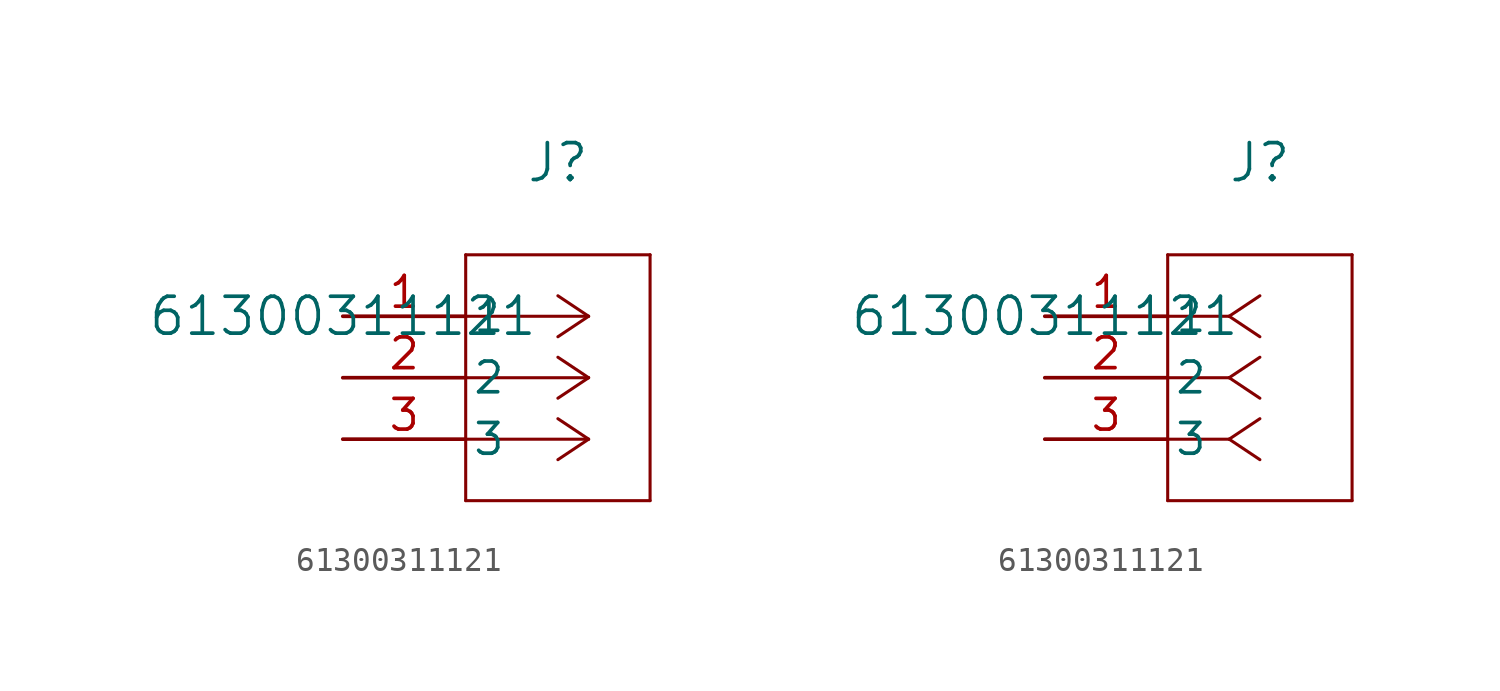
<source format=kicad_sym>
(kicad_symbol_lib
  (version 20211014)
  (generator kicad_symbol_editor)
  (symbol "61300311121"
    (pin_names
      (offset 0.254))
    (property "Reference" "J"
      (at 8.89 6.35 0)
      (effects (font (size 1.524 1.524))))
    (property "Value" "61300311121"
      (at 0 0 0)
      (effects (font (size 1.524 1.524))))
    (symbol "61300311121_1_1"
      (polyline (pts (xy 10.16 0) (xy 5.08 0)) (stroke (width 0.127) (type default) (color 0 0 0 0)) (fill (type none)))
      (polyline (pts (xy 10.16 -2.54) (xy 5.08 -2.54)) (stroke (width 0.127) (type default) (color 0 0 0 0)) (fill (type none)))
      (polyline (pts (xy 10.16 -5.08) (xy 5.08 -5.08)) (stroke (width 0.127) (type default) (color 0 0 0 0)) (fill (type none)))
      (polyline (pts (xy 10.16 0) (xy 8.89 0.847)) (stroke (width 0.127) (type default) (color 0 0 0 0)) (fill (type none)))
      (polyline (pts (xy 10.16 -2.54) (xy 8.89 -1.693)) (stroke (width 0.127) (type default) (color 0 0 0 0)) (fill (type none)))
      (polyline (pts (xy 10.16 -5.08) (xy 8.89 -4.233)) (stroke (width 0.127) (type default) (color 0 0 0 0)) (fill (type none)))
      (polyline (pts (xy 10.16 0) (xy 8.89 -0.847)) (stroke (width 0.127) (type default) (color 0 0 0 0)) (fill (type none)))
      (polyline (pts (xy 10.16 -2.54) (xy 8.89 -3.387)) (stroke (width 0.127) (type default) (color 0 0 0 0)) (fill (type none)))
      (polyline (pts (xy 10.16 -5.08) (xy 8.89 -5.927)) (stroke (width 0.127) (type default) (color 0 0 0 0)) (fill (type none)))
      (polyline (pts (xy 5.08 2.54) (xy 5.08 -7.62)) (stroke (width 0.127) (type default) (color 0 0 0 0)) (fill (type none)))
      (polyline (pts (xy 5.08 -7.62) (xy 12.7 -7.62)) (stroke (width 0.127) (type default) (color 0 0 0 0)) (fill (type none)))
      (polyline (pts (xy 12.7 -7.62) (xy 12.7 2.54)) (stroke (width 0.127) (type default) (color 0 0 0 0)) (fill (type none)))
      (polyline (pts (xy 12.7 2.54) (xy 5.08 2.54)) (stroke (width 0.127) (type default) (color 0 0 0 0)) (fill (type none)))
      (pin unspecified line (at 0 0 0) (length 5.08) (name "1" (effects (font (size 1.27 1.27)))) (number "1" (effects (font (size 1.27 1.27)))))
      (pin unspecified line (at 0 -2.54 0) (length 5.08) (name "2" (effects (font (size 1.27 1.27)))) (number "2" (effects (font (size 1.27 1.27)))))
      (pin unspecified line (at 0 -5.08 0) (length 5.08) (name "3" (effects (font (size 1.27 1.27)))) (number "3" (effects (font (size 1.27 1.27))))))
    (symbol "61300311121_1_2"
      (polyline (pts (xy 7.62 0) (xy 5.08 0)) (stroke (width 0.127) (type default) (color 0 0 0 0)) (fill (type none)))
      (polyline (pts (xy 7.62 -2.54) (xy 5.08 -2.54)) (stroke (width 0.127) (type default) (color 0 0 0 0)) (fill (type none)))
      (polyline (pts (xy 7.62 -5.08) (xy 5.08 -5.08)) (stroke (width 0.127) (type default) (color 0 0 0 0)) (fill (type none)))
      (polyline (pts (xy 7.62 0) (xy 8.89 0.847)) (stroke (width 0.127) (type default) (color 0 0 0 0)) (fill (type none)))
      (polyline (pts (xy 7.62 -2.54) (xy 8.89 -1.693)) (stroke (width 0.127) (type default) (color 0 0 0 0)) (fill (type none)))
      (polyline (pts (xy 7.62 -5.08) (xy 8.89 -4.233)) (stroke (width 0.127) (type default) (color 0 0 0 0)) (fill (type none)))
      (polyline (pts (xy 7.62 0) (xy 8.89 -0.847)) (stroke (width 0.127) (type default) (color 0 0 0 0)) (fill (type none)))
      (polyline (pts (xy 7.62 -2.54) (xy 8.89 -3.387)) (stroke (width 0.127) (type default) (color 0 0 0 0)) (fill (type none)))
      (polyline (pts (xy 7.62 -5.08) (xy 8.89 -5.927)) (stroke (width 0.127) (type default) (color 0 0 0 0)) (fill (type none)))
      (polyline (pts (xy 5.08 2.54) (xy 5.08 -7.62)) (stroke (width 0.127) (type default) (color 0 0 0 0)) (fill (type none)))
      (polyline (pts (xy 5.08 -7.62) (xy 12.7 -7.62)) (stroke (width 0.127) (type default) (color 0 0 0 0)) (fill (type none)))
      (polyline (pts (xy 12.7 -7.62) (xy 12.7 2.54)) (stroke (width 0.127) (type default) (color 0 0 0 0)) (fill (type none)))
      (polyline (pts (xy 12.7 2.54) (xy 5.08 2.54)) (stroke (width 0.127) (type default) (color 0 0 0 0)) (fill (type none)))
      (pin unspecified line (at 0 0 0) (length 5.08) (name "1" (effects (font (size 1.27 1.27)))) (number "1" (effects (font (size 1.27 1.27)))))
      (pin unspecified line (at 0 -2.54 0) (length 5.08) (name "2" (effects (font (size 1.27 1.27)))) (number "2" (effects (font (size 1.27 1.27)))))
      (pin unspecified line (at 0 -5.08 0) (length 5.08) (name "3" (effects (font (size 1.27 1.27)))) (number "3" (effects (font (size 1.27 1.27))))))))
</source>
